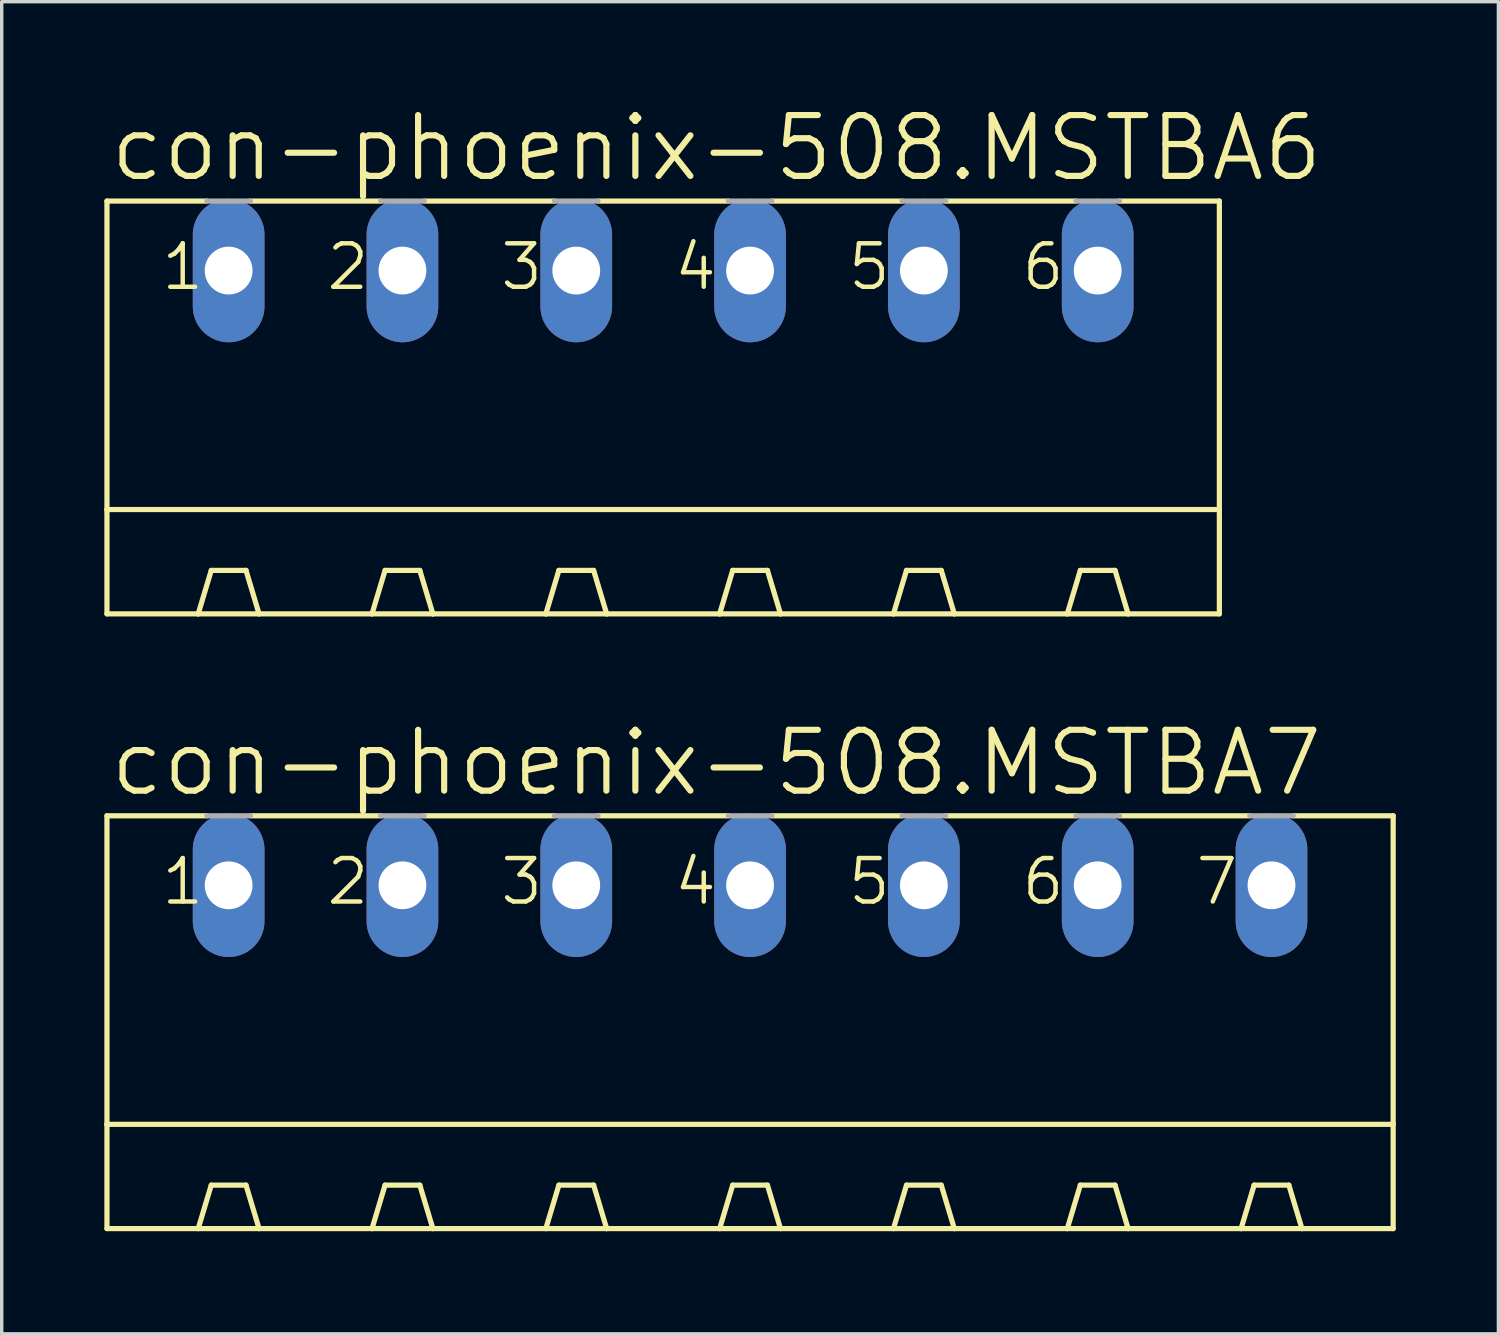
<source format=kicad_pcb>
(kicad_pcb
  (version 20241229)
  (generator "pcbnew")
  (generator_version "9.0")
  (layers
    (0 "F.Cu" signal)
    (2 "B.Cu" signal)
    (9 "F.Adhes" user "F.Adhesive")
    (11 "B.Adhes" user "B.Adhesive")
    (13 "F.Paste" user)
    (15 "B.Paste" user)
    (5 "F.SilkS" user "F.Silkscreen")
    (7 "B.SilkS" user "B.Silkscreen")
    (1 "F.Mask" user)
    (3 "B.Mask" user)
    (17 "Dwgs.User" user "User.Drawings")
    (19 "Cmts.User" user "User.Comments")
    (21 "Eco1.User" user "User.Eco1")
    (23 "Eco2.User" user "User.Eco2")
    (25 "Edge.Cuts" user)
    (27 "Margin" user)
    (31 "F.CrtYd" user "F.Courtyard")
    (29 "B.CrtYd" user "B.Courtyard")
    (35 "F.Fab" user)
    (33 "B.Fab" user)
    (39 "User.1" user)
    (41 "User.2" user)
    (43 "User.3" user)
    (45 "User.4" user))
  (footprint "con-phoenix-508.MSTBA6"
    (layer "F.Cu")
    (at 16.332 9.938)
    (property "Reference" "con-phoenix-508.MSTBA6" (at -16.256 -7.62 0) (layer "F.SilkS") (effects (font (size 1.778 1.778) (thickness 0.18)) (justify left bottom)))
    (attr through_hole)
    (fp_line (start -16.256 -7.112) (end -16.256 1.905) (stroke (width 0.152) (type default)) (layer "F.SilkS"))
    (fp_line (start -16.256 -7.112) (end -13.335 -7.112) (stroke (width 0.152) (type default)) (layer "F.SilkS"))
    (fp_line (start -16.256 1.905) (end -16.256 4.953) (stroke (width 0.152) (type default)) (layer "F.SilkS"))
    (fp_line (start -16.256 1.905) (end 16.256 1.905) (stroke (width 0.152) (type default)) (layer "F.SilkS"))
    (fp_line (start -16.256 4.953) (end -13.589 4.953) (stroke (width 0.152) (type default)) (layer "F.SilkS"))
    (fp_line (start -13.589 4.953) (end -13.208 3.683) (stroke (width 0.152) (type default)) (layer "F.SilkS"))
    (fp_line (start -13.589 4.953) (end -11.811 4.953) (stroke (width 0.152) (type default)) (layer "F.SilkS"))
    (fp_line (start -12.192 3.683) (end -13.208 3.683) (stroke (width 0.152) (type default)) (layer "F.SilkS"))
    (fp_line (start -12.065 -7.112) (end -8.255 -7.112) (stroke (width 0.152) (type default)) (layer "F.SilkS"))
    (fp_line (start -11.811 4.953) (end -12.192 3.683) (stroke (width 0.152) (type default)) (layer "F.SilkS"))
    (fp_line (start -11.811 4.953) (end -8.509 4.953) (stroke (width 0.152) (type default)) (layer "F.SilkS"))
    (fp_line (start -8.509 4.953) (end -8.128 3.683) (stroke (width 0.152) (type default)) (layer "F.SilkS"))
    (fp_line (start -8.509 4.953) (end -6.731 4.953) (stroke (width 0.152) (type default)) (layer "F.SilkS"))
    (fp_line (start -8.128 3.683) (end -7.112 3.683) (stroke (width 0.152) (type default)) (layer "F.SilkS"))
    (fp_line (start -6.985 -7.112) (end -3.175 -7.112) (stroke (width 0.152) (type default)) (layer "F.SilkS"))
    (fp_line (start -6.731 4.953) (end -7.112 3.683) (stroke (width 0.152) (type default)) (layer "F.SilkS"))
    (fp_line (start -6.731 4.953) (end -3.429 4.953) (stroke (width 0.152) (type default)) (layer "F.SilkS"))
    (fp_line (start -3.429 4.953) (end -3.048 3.683) (stroke (width 0.152) (type default)) (layer "F.SilkS"))
    (fp_line (start -3.429 4.953) (end -1.651 4.953) (stroke (width 0.152) (type default)) (layer "F.SilkS"))
    (fp_line (start -3.048 3.683) (end -2.032 3.683) (stroke (width 0.152) (type default)) (layer "F.SilkS"))
    (fp_line (start -1.905 -7.112) (end 1.905 -7.112) (stroke (width 0.152) (type default)) (layer "F.SilkS"))
    (fp_line (start -1.651 4.953) (end -2.032 3.683) (stroke (width 0.152) (type default)) (layer "F.SilkS"))
    (fp_line (start -1.651 4.953) (end 1.651 4.953) (stroke (width 0.152) (type default)) (layer "F.SilkS"))
    (fp_line (start 1.651 4.953) (end 2.032 3.683) (stroke (width 0.152) (type default)) (layer "F.SilkS"))
    (fp_line (start 1.651 4.953) (end 3.429 4.953) (stroke (width 0.152) (type default)) (layer "F.SilkS"))
    (fp_line (start 2.032 3.683) (end 3.048 3.683) (stroke (width 0.152) (type default)) (layer "F.SilkS"))
    (fp_line (start 3.175 -7.112) (end 6.985 -7.112) (stroke (width 0.152) (type default)) (layer "F.SilkS"))
    (fp_line (start 3.429 4.953) (end 3.048 3.683) (stroke (width 0.152) (type default)) (layer "F.SilkS"))
    (fp_line (start 3.429 4.953) (end 6.731 4.953) (stroke (width 0.152) (type default)) (layer "F.SilkS"))
    (fp_line (start 6.731 4.953) (end 7.112 3.683) (stroke (width 0.152) (type default)) (layer "F.SilkS"))
    (fp_line (start 6.731 4.953) (end 8.509 4.953) (stroke (width 0.152) (type default)) (layer "F.SilkS"))
    (fp_line (start 7.112 3.683) (end 8.128 3.683) (stroke (width 0.152) (type default)) (layer "F.SilkS"))
    (fp_line (start 8.255 -7.112) (end 12.065 -7.112) (stroke (width 0.152) (type default)) (layer "F.SilkS"))
    (fp_line (start 8.509 4.953) (end 8.128 3.683) (stroke (width 0.152) (type default)) (layer "F.SilkS"))
    (fp_line (start 8.509 4.953) (end 11.811 4.953) (stroke (width 0.152) (type default)) (layer "F.SilkS"))
    (fp_line (start 11.811 4.953) (end 12.192 3.683) (stroke (width 0.152) (type default)) (layer "F.SilkS"))
    (fp_line (start 11.811 4.953) (end 13.589 4.953) (stroke (width 0.152) (type default)) (layer "F.SilkS"))
    (fp_line (start 12.192 3.683) (end 13.208 3.683) (stroke (width 0.152) (type default)) (layer "F.SilkS"))
    (fp_line (start 13.335 -7.112) (end 16.256 -7.112) (stroke (width 0.152) (type default)) (layer "F.SilkS"))
    (fp_line (start 13.589 4.953) (end 13.208 3.683) (stroke (width 0.152) (type default)) (layer "F.SilkS"))
    (fp_line (start 13.589 4.953) (end 16.256 4.953) (stroke (width 0.152) (type default)) (layer "F.SilkS"))
    (fp_line (start 16.256 -7.112) (end 16.256 1.905) (stroke (width 0.152) (type default)) (layer "F.SilkS"))
    (fp_line (start 16.256 1.905) (end 16.256 4.953) (stroke (width 0.152) (type default)) (layer "F.SilkS"))
    (fp_line (start -13.335 -7.112) (end -12.065 -7.112) (stroke (width 0.152) (type default)) (layer "F.Fab"))
    (fp_line (start -8.255 -7.112) (end -6.985 -7.112) (stroke (width 0.152) (type default)) (layer "F.Fab"))
    (fp_line (start -3.175 -7.112) (end -1.905 -7.112) (stroke (width 0.152) (type default)) (layer "F.Fab"))
    (fp_line (start 1.905 -7.112) (end 3.175 -7.112) (stroke (width 0.152) (type default)) (layer "F.Fab"))
    (fp_line (start 6.985 -7.112) (end 8.255 -7.112) (stroke (width 0.152) (type default)) (layer "F.Fab"))
    (fp_line (start 12.065 -7.112) (end 13.335 -7.112) (stroke (width 0.152) (type default)) (layer "F.Fab"))
    (fp_text user "5" (at 5.334 -4.445 0) (layer "F.SilkS") (effects (font (size 1.27 1.27) (thickness 0.13)) (justify left bottom)))
    (fp_text user "1" (at -14.732 -4.445 0) (layer "F.SilkS") (effects (font (size 1.27 1.27) (thickness 0.13)) (justify left bottom)))
    (fp_text user "6" (at 10.414 -4.445 0) (layer "F.SilkS") (effects (font (size 1.27 1.27) (thickness 0.13)) (justify left bottom)))
    (fp_text user "4" (at 0.254 -4.445 0) (layer "F.SilkS") (effects (font (size 1.27 1.27) (thickness 0.13)) (justify left bottom)))
    (fp_text user "3" (at -4.826 -4.445 0) (layer "F.SilkS") (effects (font (size 1.27 1.27) (thickness 0.13)) (justify left bottom)))
    (fp_text user "2" (at -9.906 -4.445 0) (layer "F.SilkS") (effects (font (size 1.27 1.27) (thickness 0.13)) (justify left bottom)))
    (pad "1" thru_hole oval (at -12.7 -5.08 90) (size 4.191 2.095) (drill 1.397) (layers "*.Cu" "*.Mask"))
    (pad "2" thru_hole oval (at -7.62 -5.08 90) (size 4.191 2.095) (drill 1.397) (layers "*.Cu" "*.Mask"))
    (pad "3" thru_hole oval (at -2.54 -5.08 90) (size 4.191 2.095) (drill 1.397) (layers "*.Cu" "*.Mask"))
    (pad "4" thru_hole oval (at 2.54 -5.08 90) (size 4.191 2.095) (drill 1.397) (layers "*.Cu" "*.Mask"))
    (pad "5" thru_hole oval (at 7.62 -5.08 90) (size 4.191 2.095) (drill 1.397) (layers "*.Cu" "*.Mask"))
    (pad "6" thru_hole oval (at 12.7 -5.08 90) (size 4.191 2.095) (drill 1.397) (layers "*.Cu" "*.Mask")))
  (footprint "con-phoenix-508.MSTBA7"
    (layer "F.Cu")
    (at 18.872 27.905)
    (property "Reference" "con-phoenix-508.MSTBA7" (at -18.796 -7.62 0) (layer "F.SilkS") (effects (font (size 1.778 1.778) (thickness 0.18)) (justify left bottom)))
    (attr through_hole)
    (fp_line (start -18.796 -7.112) (end -18.796 1.905) (stroke (width 0.152) (type default)) (layer "F.SilkS"))
    (fp_line (start -18.796 -7.112) (end -15.875 -7.112) (stroke (width 0.152) (type default)) (layer "F.SilkS"))
    (fp_line (start -18.796 1.905) (end -18.796 4.953) (stroke (width 0.152) (type default)) (layer "F.SilkS"))
    (fp_line (start -18.796 1.905) (end 18.796 1.905) (stroke (width 0.152) (type default)) (layer "F.SilkS"))
    (fp_line (start -18.796 4.953) (end -16.129 4.953) (stroke (width 0.152) (type default)) (layer "F.SilkS"))
    (fp_line (start -16.129 4.953) (end -15.748 3.683) (stroke (width 0.152) (type default)) (layer "F.SilkS"))
    (fp_line (start -16.129 4.953) (end -14.351 4.953) (stroke (width 0.152) (type default)) (layer "F.SilkS"))
    (fp_line (start -14.732 3.683) (end -15.748 3.683) (stroke (width 0.152) (type default)) (layer "F.SilkS"))
    (fp_line (start -14.605 -7.112) (end -10.795 -7.112) (stroke (width 0.152) (type default)) (layer "F.SilkS"))
    (fp_line (start -14.351 4.953) (end -14.732 3.683) (stroke (width 0.152) (type default)) (layer "F.SilkS"))
    (fp_line (start -14.351 4.953) (end -11.049 4.953) (stroke (width 0.152) (type default)) (layer "F.SilkS"))
    (fp_line (start -11.049 4.953) (end -10.668 3.683) (stroke (width 0.152) (type default)) (layer "F.SilkS"))
    (fp_line (start -11.049 4.953) (end -9.271 4.953) (stroke (width 0.152) (type default)) (layer "F.SilkS"))
    (fp_line (start -10.668 3.683) (end -9.652 3.683) (stroke (width 0.152) (type default)) (layer "F.SilkS"))
    (fp_line (start -9.525 -7.112) (end -5.715 -7.112) (stroke (width 0.152) (type default)) (layer "F.SilkS"))
    (fp_line (start -9.271 4.953) (end -9.652 3.683) (stroke (width 0.152) (type default)) (layer "F.SilkS"))
    (fp_line (start -9.271 4.953) (end -5.969 4.953) (stroke (width 0.152) (type default)) (layer "F.SilkS"))
    (fp_line (start -5.969 4.953) (end -5.588 3.683) (stroke (width 0.152) (type default)) (layer "F.SilkS"))
    (fp_line (start -5.969 4.953) (end -4.191 4.953) (stroke (width 0.152) (type default)) (layer "F.SilkS"))
    (fp_line (start -5.588 3.683) (end -4.572 3.683) (stroke (width 0.152) (type default)) (layer "F.SilkS"))
    (fp_line (start -4.445 -7.112) (end -0.635 -7.112) (stroke (width 0.152) (type default)) (layer "F.SilkS"))
    (fp_line (start -4.191 4.953) (end -4.572 3.683) (stroke (width 0.152) (type default)) (layer "F.SilkS"))
    (fp_line (start -4.191 4.953) (end -0.889 4.953) (stroke (width 0.152) (type default)) (layer "F.SilkS"))
    (fp_line (start -0.889 4.953) (end -0.508 3.683) (stroke (width 0.152) (type default)) (layer "F.SilkS"))
    (fp_line (start -0.889 4.953) (end 0.889 4.953) (stroke (width 0.152) (type default)) (layer "F.SilkS"))
    (fp_line (start -0.508 3.683) (end 0.508 3.683) (stroke (width 0.152) (type default)) (layer "F.SilkS"))
    (fp_line (start 0.635 -7.112) (end 4.445 -7.112) (stroke (width 0.152) (type default)) (layer "F.SilkS"))
    (fp_line (start 0.889 4.953) (end 0.508 3.683) (stroke (width 0.152) (type default)) (layer "F.SilkS"))
    (fp_line (start 0.889 4.953) (end 4.191 4.953) (stroke (width 0.152) (type default)) (layer "F.SilkS"))
    (fp_line (start 4.191 4.953) (end 4.572 3.683) (stroke (width 0.152) (type default)) (layer "F.SilkS"))
    (fp_line (start 4.191 4.953) (end 5.969 4.953) (stroke (width 0.152) (type default)) (layer "F.SilkS"))
    (fp_line (start 4.572 3.683) (end 5.588 3.683) (stroke (width 0.152) (type default)) (layer "F.SilkS"))
    (fp_line (start 5.715 -7.112) (end 9.525 -7.112) (stroke (width 0.152) (type default)) (layer "F.SilkS"))
    (fp_line (start 5.969 4.953) (end 5.588 3.683) (stroke (width 0.152) (type default)) (layer "F.SilkS"))
    (fp_line (start 5.969 4.953) (end 9.271 4.953) (stroke (width 0.152) (type default)) (layer "F.SilkS"))
    (fp_line (start 9.271 4.953) (end 9.652 3.683) (stroke (width 0.152) (type default)) (layer "F.SilkS"))
    (fp_line (start 9.271 4.953) (end 11.049 4.953) (stroke (width 0.152) (type default)) (layer "F.SilkS"))
    (fp_line (start 9.652 3.683) (end 10.668 3.683) (stroke (width 0.152) (type default)) (layer "F.SilkS"))
    (fp_line (start 10.795 -7.112) (end 14.605 -7.112) (stroke (width 0.152) (type default)) (layer "F.SilkS"))
    (fp_line (start 11.049 4.953) (end 10.668 3.683) (stroke (width 0.152) (type default)) (layer "F.SilkS"))
    (fp_line (start 11.049 4.953) (end 14.351 4.953) (stroke (width 0.152) (type default)) (layer "F.SilkS"))
    (fp_line (start 14.351 4.953) (end 14.732 3.683) (stroke (width 0.152) (type default)) (layer "F.SilkS"))
    (fp_line (start 14.351 4.953) (end 16.129 4.953) (stroke (width 0.152) (type default)) (layer "F.SilkS"))
    (fp_line (start 14.732 3.683) (end 15.748 3.683) (stroke (width 0.152) (type default)) (layer "F.SilkS"))
    (fp_line (start 15.875 -7.112) (end 18.796 -7.112) (stroke (width 0.152) (type default)) (layer "F.SilkS"))
    (fp_line (start 16.129 4.953) (end 15.748 3.683) (stroke (width 0.152) (type default)) (layer "F.SilkS"))
    (fp_line (start 16.129 4.953) (end 18.796 4.953) (stroke (width 0.152) (type default)) (layer "F.SilkS"))
    (fp_line (start 18.796 -7.112) (end 18.796 1.905) (stroke (width 0.152) (type default)) (layer "F.SilkS"))
    (fp_line (start 18.796 1.905) (end 18.796 4.953) (stroke (width 0.152) (type default)) (layer "F.SilkS"))
    (fp_line (start -15.875 -7.112) (end -14.605 -7.112) (stroke (width 0.152) (type default)) (layer "F.Fab"))
    (fp_line (start -10.795 -7.112) (end -9.525 -7.112) (stroke (width 0.152) (type default)) (layer "F.Fab"))
    (fp_line (start -5.715 -7.112) (end -4.445 -7.112) (stroke (width 0.152) (type default)) (layer "F.Fab"))
    (fp_line (start -0.635 -7.112) (end 0.635 -7.112) (stroke (width 0.152) (type default)) (layer "F.Fab"))
    (fp_line (start 4.445 -7.112) (end 5.715 -7.112) (stroke (width 0.152) (type default)) (layer "F.Fab"))
    (fp_line (start 9.525 -7.112) (end 10.795 -7.112) (stroke (width 0.152) (type default)) (layer "F.Fab"))
    (fp_line (start 14.605 -7.112) (end 15.875 -7.112) (stroke (width 0.152) (type default)) (layer "F.Fab"))
    (fp_text user "5" (at 2.794 -4.445 0) (layer "F.SilkS") (effects (font (size 1.27 1.27) (thickness 0.13)) (justify left bottom)))
    (fp_text user "3" (at -7.366 -4.445 0) (layer "F.SilkS") (effects (font (size 1.27 1.27) (thickness 0.13)) (justify left bottom)))
    (fp_text user "7" (at 12.954 -4.445 0) (layer "F.SilkS") (effects (font (size 1.27 1.27) (thickness 0.13)) (justify left bottom)))
    (fp_text user "4" (at -2.286 -4.445 0) (layer "F.SilkS") (effects (font (size 1.27 1.27) (thickness 0.13)) (justify left bottom)))
    (fp_text user "2" (at -12.446 -4.445 0) (layer "F.SilkS") (effects (font (size 1.27 1.27) (thickness 0.13)) (justify left bottom)))
    (fp_text user "1" (at -17.272 -4.445 0) (layer "F.SilkS") (effects (font (size 1.27 1.27) (thickness 0.13)) (justify left bottom)))
    (fp_text user "6" (at 7.874 -4.445 0) (layer "F.SilkS") (effects (font (size 1.27 1.27) (thickness 0.13)) (justify left bottom)))
    (pad "1" thru_hole oval (at -15.24 -5.08 90) (size 4.191 2.095) (drill 1.397) (layers "*.Cu" "*.Mask"))
    (pad "2" thru_hole oval (at -10.16 -5.08 90) (size 4.191 2.095) (drill 1.397) (layers "*.Cu" "*.Mask"))
    (pad "3" thru_hole oval (at -5.08 -5.08 90) (size 4.191 2.095) (drill 1.397) (layers "*.Cu" "*.Mask"))
    (pad "4" thru_hole oval (at 0 -5.08 90) (size 4.191 2.095) (drill 1.397) (layers "*.Cu" "*.Mask"))
    (pad "5" thru_hole oval (at 5.08 -5.08 90) (size 4.191 2.095) (drill 1.397) (layers "*.Cu" "*.Mask"))
    (pad "6" thru_hole oval (at 10.16 -5.08 90) (size 4.191 2.095) (drill 1.397) (layers "*.Cu" "*.Mask"))
    (pad "7" thru_hole oval (at 15.24 -5.08 90) (size 4.191 2.095) (drill 1.397) (layers "*.Cu" "*.Mask")))
  (gr_rect
    (start -3 -3)
    (end 40.744 35.934)
    (stroke (width 0.1) (type default))
    (fill no)
    (layer "Edge.Cuts")))
</source>
